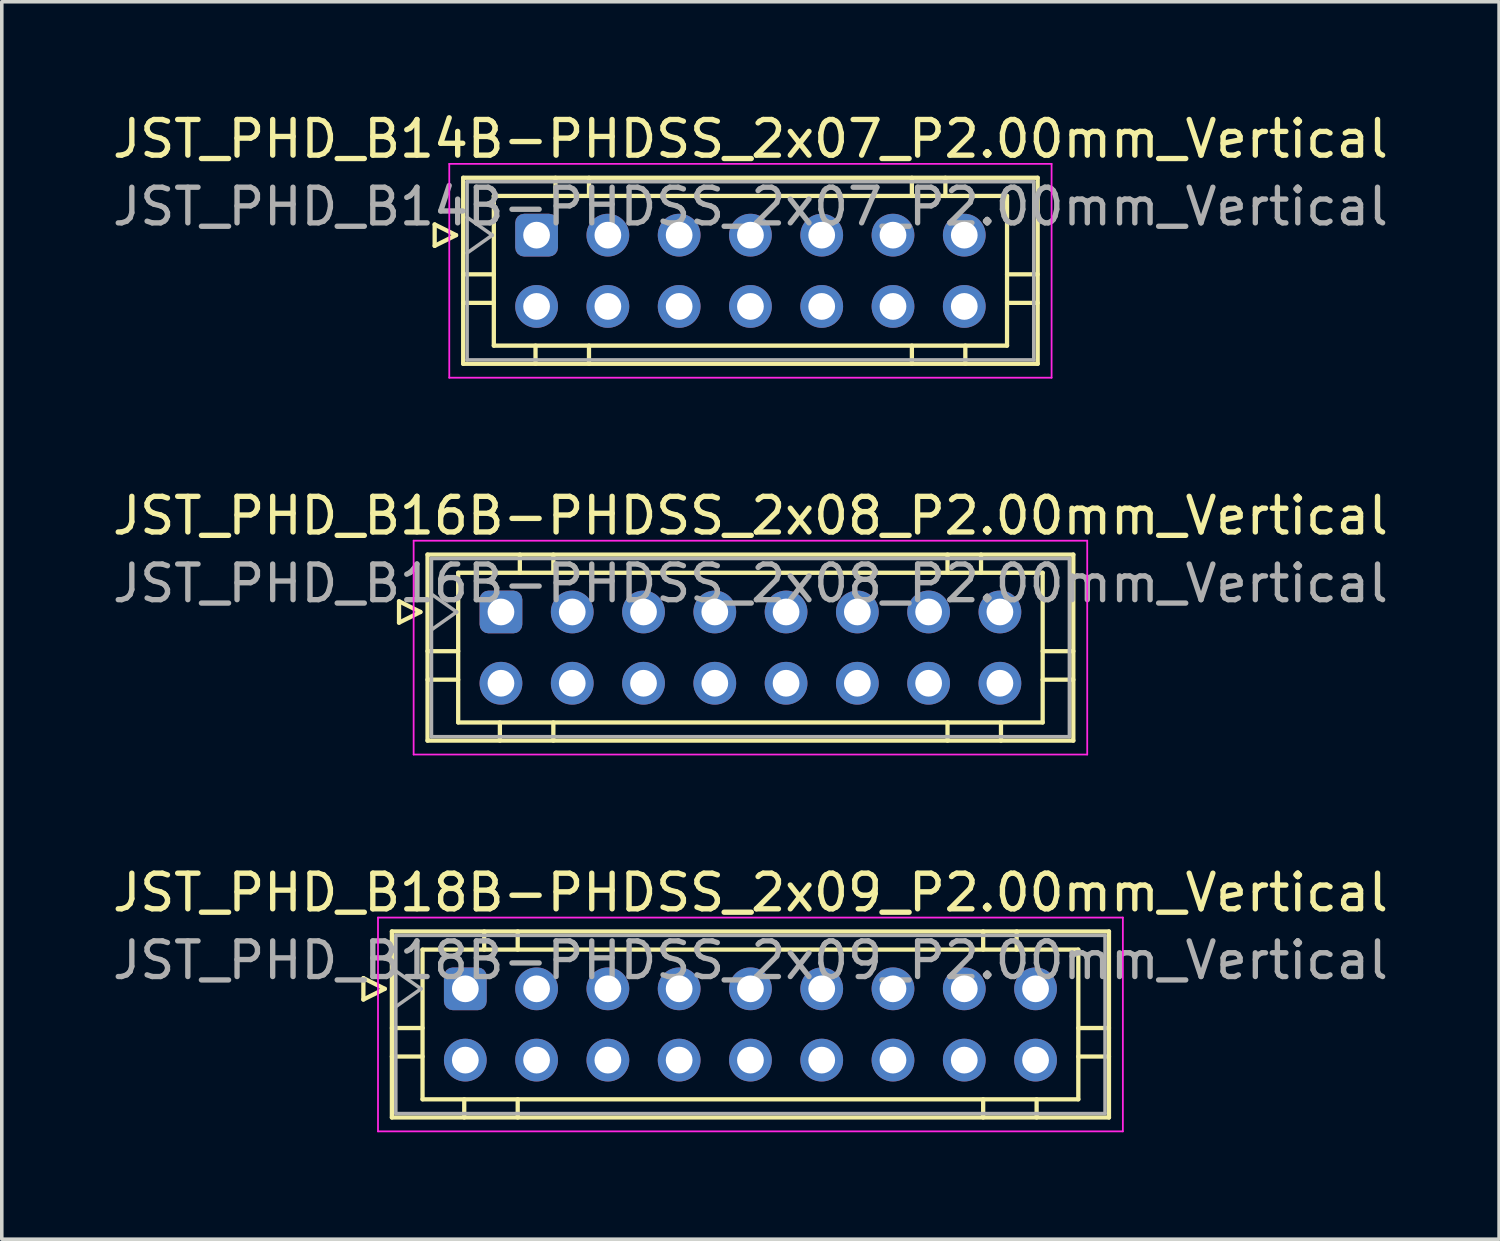
<source format=kicad_pcb>
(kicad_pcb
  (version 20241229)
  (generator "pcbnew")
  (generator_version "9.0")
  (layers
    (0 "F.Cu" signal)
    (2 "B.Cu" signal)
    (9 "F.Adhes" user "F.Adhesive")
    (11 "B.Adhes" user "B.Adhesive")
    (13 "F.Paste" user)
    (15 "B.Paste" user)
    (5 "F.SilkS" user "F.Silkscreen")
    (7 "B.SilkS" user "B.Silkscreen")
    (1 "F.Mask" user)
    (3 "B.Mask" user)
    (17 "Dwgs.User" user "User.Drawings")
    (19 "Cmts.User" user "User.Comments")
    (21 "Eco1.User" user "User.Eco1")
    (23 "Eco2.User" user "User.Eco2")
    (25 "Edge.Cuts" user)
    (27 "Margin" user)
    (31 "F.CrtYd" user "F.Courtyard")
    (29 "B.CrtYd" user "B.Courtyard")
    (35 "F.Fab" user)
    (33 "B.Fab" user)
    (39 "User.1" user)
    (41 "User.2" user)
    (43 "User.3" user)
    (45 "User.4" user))
  (footprint "JST_PHD_B16B-PHDSS_2x08_P2.00mm_Vertical"
    (layer "F.Cu")
    (at 11.006 14.121)
    (property "Reference" "JST_PHD_B16B-PHDSS_2x08_P2.00mm_Vertical" (at 7 -2.7 0) (layer "F.SilkS") (effects (font (size 1 1) (thickness 0.15))))
    (attr through_hole)
    (fp_line (start -2.86 -0.3) (end -2.26 0) (stroke (width 0.12) (type solid)) (layer "F.SilkS"))
    (fp_line (start -2.86 0.3) (end -2.86 -0.3) (stroke (width 0.12) (type solid)) (layer "F.SilkS"))
    (fp_line (start -2.26 0) (end -2.86 0.3) (stroke (width 0.12) (type solid)) (layer "F.SilkS"))
    (fp_line (start -2.06 -1.61) (end -2.06 3.61) (stroke (width 0.12) (type solid)) (layer "F.SilkS"))
    (fp_line (start -2.06 1.1) (end -1.2 1.1) (stroke (width 0.12) (type solid)) (layer "F.SilkS"))
    (fp_line (start -2.06 1.9) (end -1.2 1.9) (stroke (width 0.12) (type solid)) (layer "F.SilkS"))
    (fp_line (start -2.06 3.61) (end 16.06 3.61) (stroke (width 0.12) (type solid)) (layer "F.SilkS"))
    (fp_line (start -1.2 -1.1) (end -1.2 3.1) (stroke (width 0.12) (type solid)) (layer "F.SilkS"))
    (fp_line (start -1.2 3.1) (end 15.2 3.1) (stroke (width 0.12) (type solid)) (layer "F.SilkS"))
    (fp_line (start -0.03 3.61) (end -0.03 3.1) (stroke (width 0.12) (type solid)) (layer "F.SilkS"))
    (fp_line (start 0.53 -1.61) (end 0.53 -1.1) (stroke (width 0.12) (type solid)) (layer "F.SilkS"))
    (fp_line (start 1.47 -1.61) (end 1.47 -1.1) (stroke (width 0.12) (type solid)) (layer "F.SilkS"))
    (fp_line (start 1.47 3.61) (end 1.47 3.1) (stroke (width 0.12) (type solid)) (layer "F.SilkS"))
    (fp_line (start 12.53 -1.61) (end 12.53 -1.1) (stroke (width 0.12) (type solid)) (layer "F.SilkS"))
    (fp_line (start 12.53 3.61) (end 12.53 3.1) (stroke (width 0.12) (type solid)) (layer "F.SilkS"))
    (fp_line (start 13.47 -1.61) (end 13.47 -1.1) (stroke (width 0.12) (type solid)) (layer "F.SilkS"))
    (fp_line (start 14.03 3.61) (end 14.03 3.1) (stroke (width 0.12) (type solid)) (layer "F.SilkS"))
    (fp_line (start 15.2 -1.1) (end -1.2 -1.1) (stroke (width 0.12) (type solid)) (layer "F.SilkS"))
    (fp_line (start 15.2 3.1) (end 15.2 -1.1) (stroke (width 0.12) (type solid)) (layer "F.SilkS"))
    (fp_line (start 16.06 -1.61) (end -2.06 -1.61) (stroke (width 0.12) (type solid)) (layer "F.SilkS"))
    (fp_line (start 16.06 1.1) (end 15.2 1.1) (stroke (width 0.12) (type solid)) (layer "F.SilkS"))
    (fp_line (start 16.06 1.9) (end 15.2 1.9) (stroke (width 0.12) (type solid)) (layer "F.SilkS"))
    (fp_line (start 16.06 3.61) (end 16.06 -1.61) (stroke (width 0.12) (type solid)) (layer "F.SilkS"))
    (fp_line (start -2.45 -2) (end -2.45 4) (stroke (width 0.05) (type solid)) (layer "F.CrtYd"))
    (fp_line (start -2.45 4) (end 16.45 4) (stroke (width 0.05) (type solid)) (layer "F.CrtYd"))
    (fp_line (start 16.45 -2) (end -2.45 -2) (stroke (width 0.05) (type solid)) (layer "F.CrtYd"))
    (fp_line (start 16.45 4) (end 16.45 -2) (stroke (width 0.05) (type solid)) (layer "F.CrtYd"))
    (fp_line (start -1.95 -1.5) (end -1.95 3.5) (stroke (width 0.1) (type solid)) (layer "F.Fab"))
    (fp_line (start -1.95 0.5) (end -1.243 0) (stroke (width 0.1) (type solid)) (layer "F.Fab"))
    (fp_line (start -1.95 3.5) (end 15.95 3.5) (stroke (width 0.1) (type solid)) (layer "F.Fab"))
    (fp_line (start -1.243 0) (end -1.95 -0.5) (stroke (width 0.1) (type solid)) (layer "F.Fab"))
    (fp_line (start 15.95 -1.5) (end -1.95 -1.5) (stroke (width 0.1) (type solid)) (layer "F.Fab"))
    (fp_line (start 15.95 3.5) (end 15.95 -1.5) (stroke (width 0.1) (type solid)) (layer "F.Fab"))
    (fp_text user "${REFERENCE}" (at 7 -0.8 0) (layer "F.Fab") (effects (font (size 1 1) (thickness 0.15))))
    (pad "1" thru_hole roundrect (at 0 0) (size 1.2 1.2) (drill 0.75) (layers "*.Cu" "*.Mask") (roundrect_rratio 0.208))
    (pad "2" thru_hole circle (at 0 2) (size 1.2 1.2) (drill 0.75) (layers "*.Cu" "*.Mask"))
    (pad "3" thru_hole circle (at 2 0) (size 1.2 1.2) (drill 0.75) (layers "*.Cu" "*.Mask"))
    (pad "4" thru_hole circle (at 2 2) (size 1.2 1.2) (drill 0.75) (layers "*.Cu" "*.Mask"))
    (pad "5" thru_hole circle (at 4 0) (size 1.2 1.2) (drill 0.75) (layers "*.Cu" "*.Mask"))
    (pad "6" thru_hole circle (at 4 2) (size 1.2 1.2) (drill 0.75) (layers "*.Cu" "*.Mask"))
    (pad "7" thru_hole circle (at 6 0) (size 1.2 1.2) (drill 0.75) (layers "*.Cu" "*.Mask"))
    (pad "8" thru_hole circle (at 6 2) (size 1.2 1.2) (drill 0.75) (layers "*.Cu" "*.Mask"))
    (pad "9" thru_hole circle (at 8 0) (size 1.2 1.2) (drill 0.75) (layers "*.Cu" "*.Mask"))
    (pad "10" thru_hole circle (at 8 2) (size 1.2 1.2) (drill 0.75) (layers "*.Cu" "*.Mask"))
    (pad "11" thru_hole circle (at 10 0) (size 1.2 1.2) (drill 0.75) (layers "*.Cu" "*.Mask"))
    (pad "12" thru_hole circle (at 10 2) (size 1.2 1.2) (drill 0.75) (layers "*.Cu" "*.Mask"))
    (pad "13" thru_hole circle (at 12 0) (size 1.2 1.2) (drill 0.75) (layers "*.Cu" "*.Mask"))
    (pad "14" thru_hole circle (at 12 2) (size 1.2 1.2) (drill 0.75) (layers "*.Cu" "*.Mask"))
    (pad "15" thru_hole circle (at 14 0) (size 1.2 1.2) (drill 0.75) (layers "*.Cu" "*.Mask"))
    (pad "16" thru_hole circle (at 14 2) (size 1.2 1.2) (drill 0.75) (layers "*.Cu" "*.Mask")))
  (footprint "JST_PHD_B14B-PHDSS_2x07_P2.00mm_Vertical"
    (layer "F.Cu")
    (at 12.006 3.548)
    (property "Reference" "JST_PHD_B14B-PHDSS_2x07_P2.00mm_Vertical" (at 6 -2.7 0) (layer "F.SilkS") (effects (font (size 1 1) (thickness 0.15))))
    (attr through_hole)
    (fp_line (start -2.86 -0.3) (end -2.26 0) (stroke (width 0.12) (type solid)) (layer "F.SilkS"))
    (fp_line (start -2.86 0.3) (end -2.86 -0.3) (stroke (width 0.12) (type solid)) (layer "F.SilkS"))
    (fp_line (start -2.26 0) (end -2.86 0.3) (stroke (width 0.12) (type solid)) (layer "F.SilkS"))
    (fp_line (start -2.06 -1.61) (end -2.06 3.61) (stroke (width 0.12) (type solid)) (layer "F.SilkS"))
    (fp_line (start -2.06 1.1) (end -1.2 1.1) (stroke (width 0.12) (type solid)) (layer "F.SilkS"))
    (fp_line (start -2.06 1.9) (end -1.2 1.9) (stroke (width 0.12) (type solid)) (layer "F.SilkS"))
    (fp_line (start -2.06 3.61) (end 14.06 3.61) (stroke (width 0.12) (type solid)) (layer "F.SilkS"))
    (fp_line (start -1.2 -1.1) (end -1.2 3.1) (stroke (width 0.12) (type solid)) (layer "F.SilkS"))
    (fp_line (start -1.2 3.1) (end 13.2 3.1) (stroke (width 0.12) (type solid)) (layer "F.SilkS"))
    (fp_line (start -0.03 3.61) (end -0.03 3.1) (stroke (width 0.12) (type solid)) (layer "F.SilkS"))
    (fp_line (start 0.53 -1.61) (end 0.53 -1.1) (stroke (width 0.12) (type solid)) (layer "F.SilkS"))
    (fp_line (start 1.47 -1.61) (end 1.47 -1.1) (stroke (width 0.12) (type solid)) (layer "F.SilkS"))
    (fp_line (start 1.47 3.61) (end 1.47 3.1) (stroke (width 0.12) (type solid)) (layer "F.SilkS"))
    (fp_line (start 10.53 -1.61) (end 10.53 -1.1) (stroke (width 0.12) (type solid)) (layer "F.SilkS"))
    (fp_line (start 10.53 3.61) (end 10.53 3.1) (stroke (width 0.12) (type solid)) (layer "F.SilkS"))
    (fp_line (start 11.47 -1.61) (end 11.47 -1.1) (stroke (width 0.12) (type solid)) (layer "F.SilkS"))
    (fp_line (start 12.03 3.61) (end 12.03 3.1) (stroke (width 0.12) (type solid)) (layer "F.SilkS"))
    (fp_line (start 13.2 -1.1) (end -1.2 -1.1) (stroke (width 0.12) (type solid)) (layer "F.SilkS"))
    (fp_line (start 13.2 3.1) (end 13.2 -1.1) (stroke (width 0.12) (type solid)) (layer "F.SilkS"))
    (fp_line (start 14.06 -1.61) (end -2.06 -1.61) (stroke (width 0.12) (type solid)) (layer "F.SilkS"))
    (fp_line (start 14.06 1.1) (end 13.2 1.1) (stroke (width 0.12) (type solid)) (layer "F.SilkS"))
    (fp_line (start 14.06 1.9) (end 13.2 1.9) (stroke (width 0.12) (type solid)) (layer "F.SilkS"))
    (fp_line (start 14.06 3.61) (end 14.06 -1.61) (stroke (width 0.12) (type solid)) (layer "F.SilkS"))
    (fp_line (start -2.45 -2) (end -2.45 4) (stroke (width 0.05) (type solid)) (layer "F.CrtYd"))
    (fp_line (start -2.45 4) (end 14.45 4) (stroke (width 0.05) (type solid)) (layer "F.CrtYd"))
    (fp_line (start 14.45 -2) (end -2.45 -2) (stroke (width 0.05) (type solid)) (layer "F.CrtYd"))
    (fp_line (start 14.45 4) (end 14.45 -2) (stroke (width 0.05) (type solid)) (layer "F.CrtYd"))
    (fp_line (start -1.95 -1.5) (end -1.95 3.5) (stroke (width 0.1) (type solid)) (layer "F.Fab"))
    (fp_line (start -1.95 0.5) (end -1.243 0) (stroke (width 0.1) (type solid)) (layer "F.Fab"))
    (fp_line (start -1.95 3.5) (end 13.95 3.5) (stroke (width 0.1) (type solid)) (layer "F.Fab"))
    (fp_line (start -1.243 0) (end -1.95 -0.5) (stroke (width 0.1) (type solid)) (layer "F.Fab"))
    (fp_line (start 13.95 -1.5) (end -1.95 -1.5) (stroke (width 0.1) (type solid)) (layer "F.Fab"))
    (fp_line (start 13.95 3.5) (end 13.95 -1.5) (stroke (width 0.1) (type solid)) (layer "F.Fab"))
    (fp_text user "${REFERENCE}" (at 6 -0.8 0) (layer "F.Fab") (effects (font (size 1 1) (thickness 0.15))))
    (pad "1" thru_hole roundrect (at 0 0) (size 1.2 1.2) (drill 0.75) (layers "*.Cu" "*.Mask") (roundrect_rratio 0.208))
    (pad "2" thru_hole circle (at 0 2) (size 1.2 1.2) (drill 0.75) (layers "*.Cu" "*.Mask"))
    (pad "3" thru_hole circle (at 2 0) (size 1.2 1.2) (drill 0.75) (layers "*.Cu" "*.Mask"))
    (pad "4" thru_hole circle (at 2 2) (size 1.2 1.2) (drill 0.75) (layers "*.Cu" "*.Mask"))
    (pad "5" thru_hole circle (at 4 0) (size 1.2 1.2) (drill 0.75) (layers "*.Cu" "*.Mask"))
    (pad "6" thru_hole circle (at 4 2) (size 1.2 1.2) (drill 0.75) (layers "*.Cu" "*.Mask"))
    (pad "7" thru_hole circle (at 6 0) (size 1.2 1.2) (drill 0.75) (layers "*.Cu" "*.Mask"))
    (pad "8" thru_hole circle (at 6 2) (size 1.2 1.2) (drill 0.75) (layers "*.Cu" "*.Mask"))
    (pad "9" thru_hole circle (at 8 0) (size 1.2 1.2) (drill 0.75) (layers "*.Cu" "*.Mask"))
    (pad "10" thru_hole circle (at 8 2) (size 1.2 1.2) (drill 0.75) (layers "*.Cu" "*.Mask"))
    (pad "11" thru_hole circle (at 10 0) (size 1.2 1.2) (drill 0.75) (layers "*.Cu" "*.Mask"))
    (pad "12" thru_hole circle (at 10 2) (size 1.2 1.2) (drill 0.75) (layers "*.Cu" "*.Mask"))
    (pad "13" thru_hole circle (at 12 0) (size 1.2 1.2) (drill 0.75) (layers "*.Cu" "*.Mask"))
    (pad "14" thru_hole circle (at 12 2) (size 1.2 1.2) (drill 0.75) (layers "*.Cu" "*.Mask")))
  (footprint "JST_PHD_B18B-PHDSS_2x09_P2.00mm_Vertical"
    (layer "F.Cu")
    (at 10.006 24.695)
    (property "Reference" "JST_PHD_B18B-PHDSS_2x09_P2.00mm_Vertical" (at 8 -2.7 0) (layer "F.SilkS") (effects (font (size 1 1) (thickness 0.15))))
    (attr through_hole)
    (fp_line (start -2.86 -0.3) (end -2.26 0) (stroke (width 0.12) (type solid)) (layer "F.SilkS"))
    (fp_line (start -2.86 0.3) (end -2.86 -0.3) (stroke (width 0.12) (type solid)) (layer "F.SilkS"))
    (fp_line (start -2.26 0) (end -2.86 0.3) (stroke (width 0.12) (type solid)) (layer "F.SilkS"))
    (fp_line (start -2.06 -1.61) (end -2.06 3.61) (stroke (width 0.12) (type solid)) (layer "F.SilkS"))
    (fp_line (start -2.06 1.1) (end -1.2 1.1) (stroke (width 0.12) (type solid)) (layer "F.SilkS"))
    (fp_line (start -2.06 1.9) (end -1.2 1.9) (stroke (width 0.12) (type solid)) (layer "F.SilkS"))
    (fp_line (start -2.06 3.61) (end 18.06 3.61) (stroke (width 0.12) (type solid)) (layer "F.SilkS"))
    (fp_line (start -1.2 -1.1) (end -1.2 3.1) (stroke (width 0.12) (type solid)) (layer "F.SilkS"))
    (fp_line (start -1.2 3.1) (end 17.2 3.1) (stroke (width 0.12) (type solid)) (layer "F.SilkS"))
    (fp_line (start -0.03 3.61) (end -0.03 3.1) (stroke (width 0.12) (type solid)) (layer "F.SilkS"))
    (fp_line (start 0.53 -1.61) (end 0.53 -1.1) (stroke (width 0.12) (type solid)) (layer "F.SilkS"))
    (fp_line (start 1.47 -1.61) (end 1.47 -1.1) (stroke (width 0.12) (type solid)) (layer "F.SilkS"))
    (fp_line (start 1.47 3.61) (end 1.47 3.1) (stroke (width 0.12) (type solid)) (layer "F.SilkS"))
    (fp_line (start 14.53 -1.61) (end 14.53 -1.1) (stroke (width 0.12) (type solid)) (layer "F.SilkS"))
    (fp_line (start 14.53 3.61) (end 14.53 3.1) (stroke (width 0.12) (type solid)) (layer "F.SilkS"))
    (fp_line (start 15.47 -1.61) (end 15.47 -1.1) (stroke (width 0.12) (type solid)) (layer "F.SilkS"))
    (fp_line (start 16.03 3.61) (end 16.03 3.1) (stroke (width 0.12) (type solid)) (layer "F.SilkS"))
    (fp_line (start 17.2 -1.1) (end -1.2 -1.1) (stroke (width 0.12) (type solid)) (layer "F.SilkS"))
    (fp_line (start 17.2 3.1) (end 17.2 -1.1) (stroke (width 0.12) (type solid)) (layer "F.SilkS"))
    (fp_line (start 18.06 -1.61) (end -2.06 -1.61) (stroke (width 0.12) (type solid)) (layer "F.SilkS"))
    (fp_line (start 18.06 1.1) (end 17.2 1.1) (stroke (width 0.12) (type solid)) (layer "F.SilkS"))
    (fp_line (start 18.06 1.9) (end 17.2 1.9) (stroke (width 0.12) (type solid)) (layer "F.SilkS"))
    (fp_line (start 18.06 3.61) (end 18.06 -1.61) (stroke (width 0.12) (type solid)) (layer "F.SilkS"))
    (fp_line (start -2.45 -2) (end -2.45 4) (stroke (width 0.05) (type solid)) (layer "F.CrtYd"))
    (fp_line (start -2.45 4) (end 18.45 4) (stroke (width 0.05) (type solid)) (layer "F.CrtYd"))
    (fp_line (start 18.45 -2) (end -2.45 -2) (stroke (width 0.05) (type solid)) (layer "F.CrtYd"))
    (fp_line (start 18.45 4) (end 18.45 -2) (stroke (width 0.05) (type solid)) (layer "F.CrtYd"))
    (fp_line (start -1.95 -1.5) (end -1.95 3.5) (stroke (width 0.1) (type solid)) (layer "F.Fab"))
    (fp_line (start -1.95 0.5) (end -1.243 0) (stroke (width 0.1) (type solid)) (layer "F.Fab"))
    (fp_line (start -1.95 3.5) (end 17.95 3.5) (stroke (width 0.1) (type solid)) (layer "F.Fab"))
    (fp_line (start -1.243 0) (end -1.95 -0.5) (stroke (width 0.1) (type solid)) (layer "F.Fab"))
    (fp_line (start 17.95 -1.5) (end -1.95 -1.5) (stroke (width 0.1) (type solid)) (layer "F.Fab"))
    (fp_line (start 17.95 3.5) (end 17.95 -1.5) (stroke (width 0.1) (type solid)) (layer "F.Fab"))
    (fp_text user "${REFERENCE}" (at 8 -0.8 0) (layer "F.Fab") (effects (font (size 1 1) (thickness 0.15))))
    (pad "1" thru_hole roundrect (at 0 0) (size 1.2 1.2) (drill 0.75) (layers "*.Cu" "*.Mask") (roundrect_rratio 0.208))
    (pad "2" thru_hole circle (at 0 2) (size 1.2 1.2) (drill 0.75) (layers "*.Cu" "*.Mask"))
    (pad "3" thru_hole circle (at 2 0) (size 1.2 1.2) (drill 0.75) (layers "*.Cu" "*.Mask"))
    (pad "4" thru_hole circle (at 2 2) (size 1.2 1.2) (drill 0.75) (layers "*.Cu" "*.Mask"))
    (pad "5" thru_hole circle (at 4 0) (size 1.2 1.2) (drill 0.75) (layers "*.Cu" "*.Mask"))
    (pad "6" thru_hole circle (at 4 2) (size 1.2 1.2) (drill 0.75) (layers "*.Cu" "*.Mask"))
    (pad "7" thru_hole circle (at 6 0) (size 1.2 1.2) (drill 0.75) (layers "*.Cu" "*.Mask"))
    (pad "8" thru_hole circle (at 6 2) (size 1.2 1.2) (drill 0.75) (layers "*.Cu" "*.Mask"))
    (pad "9" thru_hole circle (at 8 0) (size 1.2 1.2) (drill 0.75) (layers "*.Cu" "*.Mask"))
    (pad "10" thru_hole circle (at 8 2) (size 1.2 1.2) (drill 0.75) (layers "*.Cu" "*.Mask"))
    (pad "11" thru_hole circle (at 10 0) (size 1.2 1.2) (drill 0.75) (layers "*.Cu" "*.Mask"))
    (pad "12" thru_hole circle (at 10 2) (size 1.2 1.2) (drill 0.75) (layers "*.Cu" "*.Mask"))
    (pad "13" thru_hole circle (at 12 0) (size 1.2 1.2) (drill 0.75) (layers "*.Cu" "*.Mask"))
    (pad "14" thru_hole circle (at 12 2) (size 1.2 1.2) (drill 0.75) (layers "*.Cu" "*.Mask"))
    (pad "15" thru_hole circle (at 14 0) (size 1.2 1.2) (drill 0.75) (layers "*.Cu" "*.Mask"))
    (pad "16" thru_hole circle (at 14 2) (size 1.2 1.2) (drill 0.75) (layers "*.Cu" "*.Mask"))
    (pad "17" thru_hole circle (at 16 0) (size 1.2 1.2) (drill 0.75) (layers "*.Cu" "*.Mask"))
    (pad "18" thru_hole circle (at 16 2) (size 1.2 1.2) (drill 0.75) (layers "*.Cu" "*.Mask")))
  (gr_rect
    (start -3 -3)
    (end 39.012 31.72)
    (stroke (width 0.1) (type default))
    (fill no)
    (layer "Edge.Cuts")))
</source>
